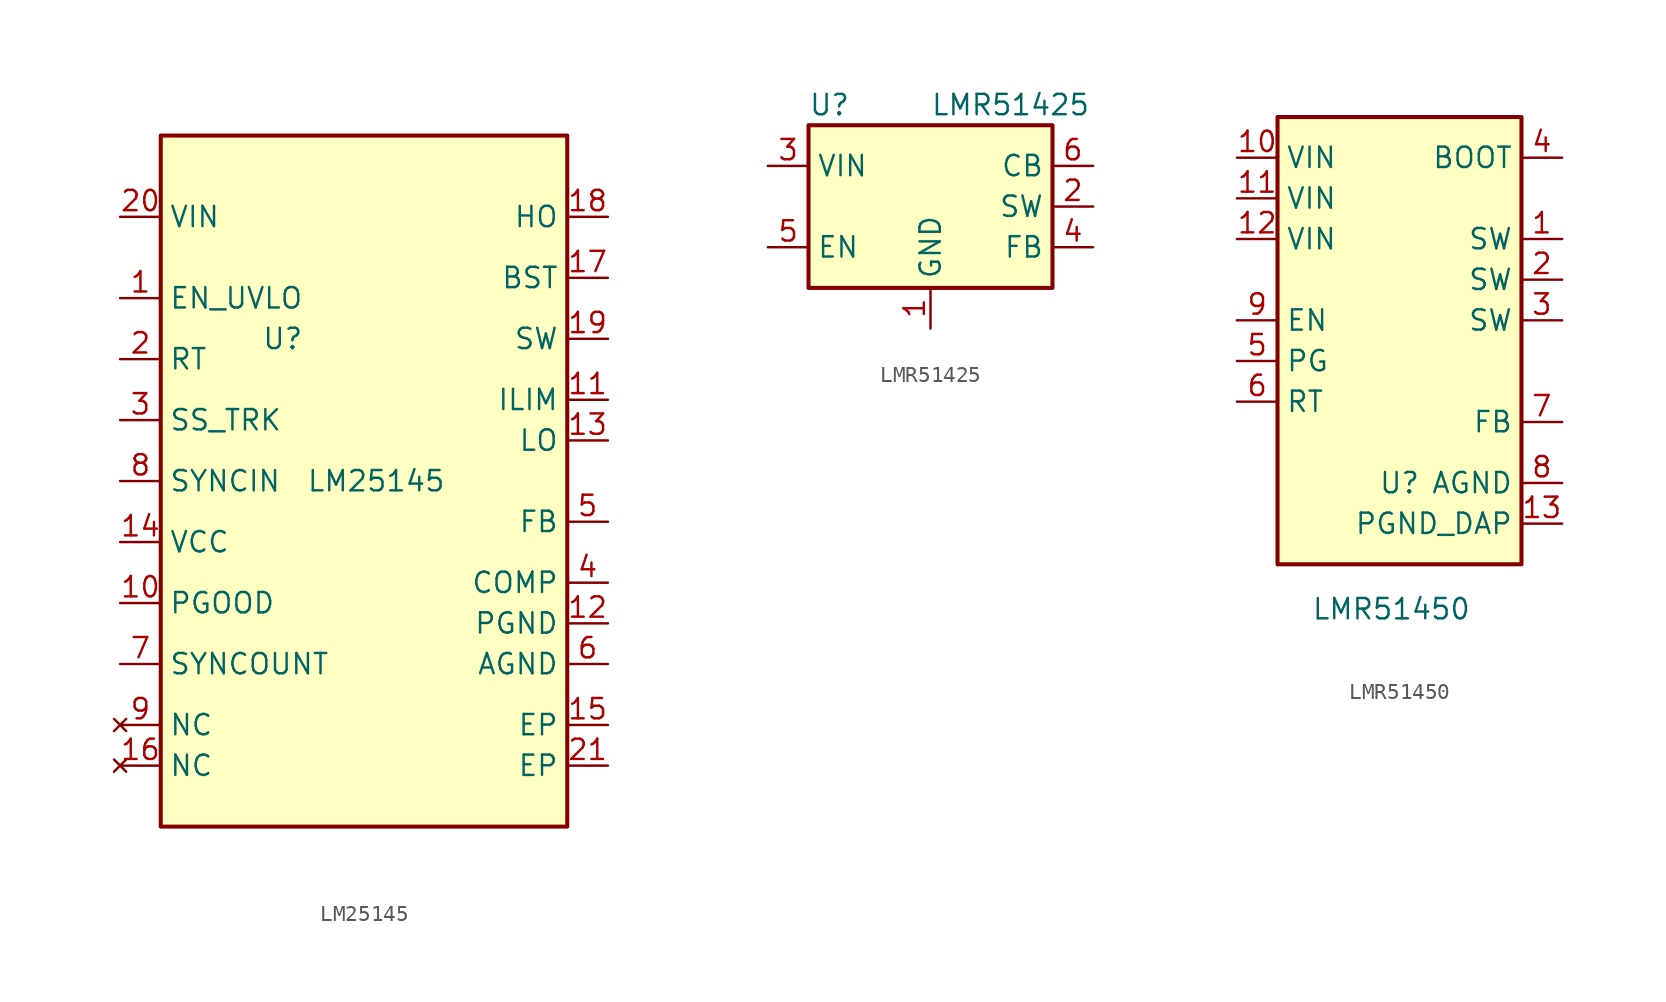
<source format=kicad_sym>
(kicad_symbol_lib
  (version 20241209)
  (generator "kicad_symbol_editor")
  (generator_version "9.0")
  (symbol "LM25145"
    (property "Reference" "U"
      (at 0 0 0)
      (effects (font (size 1.27 1.27))))
    (property "Value" "LM25145"
      (at 5.842 -8.89 0)
      (effects (font (size 1.27 1.27))))
    (symbol "LM25145_0_1"
      (rectangle (start -7.62 12.7) (end 17.78 -30.48) (stroke (width 0.254) (type default)) (fill (type background))))
    (symbol "LM25145_1_1"
      (pin unspecified line (at -10.16 7.62 0) (length 2.54) (name "VIN" (effects (font (size 1.27 1.27)))) (number "20" (effects (font (size 1.27 1.27)))))
      (pin unspecified line (at -10.16 2.54 0) (length 2.54) (name "EN_UVLO" (effects (font (size 1.27 1.27)))) (number "1" (effects (font (size 1.27 1.27)))))
      (pin unspecified line (at -10.16 -1.27 0) (length 2.54) (name "RT" (effects (font (size 1.27 1.27)))) (number "2" (effects (font (size 1.27 1.27)))))
      (pin unspecified line (at -10.16 -5.08 0) (length 2.54) (name "SS_TRK" (effects (font (size 1.27 1.27)))) (number "3" (effects (font (size 1.27 1.27)))))
      (pin unspecified line (at -10.16 -8.89 0) (length 2.54) (name "SYNCIN" (effects (font (size 1.27 1.27)))) (number "8" (effects (font (size 1.27 1.27)))))
      (pin unspecified line (at -10.16 -12.7 0) (length 2.54) (name "VCC" (effects (font (size 1.27 1.27)))) (number "14" (effects (font (size 1.27 1.27)))))
      (pin unspecified line (at -10.16 -16.51 0) (length 2.54) (name "PGOOD" (effects (font (size 1.27 1.27)))) (number "10" (effects (font (size 1.27 1.27)))))
      (pin unspecified line (at -10.16 -20.32 0) (length 2.54) (name "SYNCOUNT" (effects (font (size 1.27 1.27)))) (number "7" (effects (font (size 1.27 1.27)))))
      (pin no_connect line (at -10.16 -24.13 0) (length 2.54) (name "NC" (effects (font (size 1.27 1.27)))) (number "9" (effects (font (size 1.27 1.27)))))
      (pin no_connect line (at -10.16 -26.67 0) (length 2.54) (name "NC" (effects (font (size 1.27 1.27)))) (number "16" (effects (font (size 1.27 1.27)))))
      (pin unspecified line (at 20.32 7.62 180) (length 2.54) (name "HO" (effects (font (size 1.27 1.27)))) (number "18" (effects (font (size 1.27 1.27)))))
      (pin unspecified line (at 20.32 3.81 180) (length 2.54) (name "BST" (effects (font (size 1.27 1.27)))) (number "17" (effects (font (size 1.27 1.27)))))
      (pin unspecified line (at 20.32 0 180) (length 2.54) (name "SW" (effects (font (size 1.27 1.27)))) (number "19" (effects (font (size 1.27 1.27)))))
      (pin unspecified line (at 20.32 -3.81 180) (length 2.54) (name "ILIM" (effects (font (size 1.27 1.27)))) (number "11" (effects (font (size 1.27 1.27)))))
      (pin unspecified line (at 20.32 -6.35 180) (length 2.54) (name "LO" (effects (font (size 1.27 1.27)))) (number "13" (effects (font (size 1.27 1.27)))))
      (pin unspecified line (at 20.32 -11.43 180) (length 2.54) (name "FB" (effects (font (size 1.27 1.27)))) (number "5" (effects (font (size 1.27 1.27)))))
      (pin unspecified line (at 20.32 -15.24 180) (length 2.54) (name "COMP" (effects (font (size 1.27 1.27)))) (number "4" (effects (font (size 1.27 1.27)))))
      (pin unspecified line (at 20.32 -17.78 180) (length 2.54) (name "PGND" (effects (font (size 1.27 1.27)))) (number "12" (effects (font (size 1.27 1.27)))))
      (pin unspecified line (at 20.32 -20.32 180) (length 2.54) (name "AGND" (effects (font (size 1.27 1.27)))) (number "6" (effects (font (size 1.27 1.27)))))
      (pin unspecified line (at 20.32 -24.13 180) (length 2.54) (name "EP" (effects (font (size 1.27 1.27)))) (number "15" (effects (font (size 1.27 1.27)))))
      (pin unspecified line (at 20.32 -26.67 180) (length 2.54) (name "EP" (effects (font (size 1.27 1.27)))) (number "21" (effects (font (size 1.27 1.27)))))))
  (symbol "LMR51425"
    (property "Reference" "U"
      (at -7.62 6.35 0)
      (effects (font (size 1.27 1.27)) (justify left)))
    (property "Value" "LMR51425"
      (at 0 6.35 0)
      (effects (font (size 1.27 1.27)) (justify left)))
    (symbol "LMR51425_0_1"
      (rectangle (start -7.62 5.08) (end 7.62 -5.08) (stroke (width 0.254) (type default)) (fill (type background))))
    (symbol "LMR51425_1_1"
      (pin power_in line (at -10.16 2.54 0) (length 2.54) (name "VIN" (effects (font (size 1.27 1.27)))) (number "3" (effects (font (size 1.27 1.27)))))
      (pin input line (at -10.16 -2.54 0) (length 2.54) (name "EN" (effects (font (size 1.27 1.27)))) (number "5" (effects (font (size 1.27 1.27)))))
      (pin power_in line (at 0 -7.62 90) (length 2.54) (name "GND" (effects (font (size 1.27 1.27)))) (number "1" (effects (font (size 1.27 1.27)))))
      (pin passive line (at 10.16 2.54 180) (length 2.54) (name "CB" (effects (font (size 1.27 1.27)))) (number "6" (effects (font (size 1.27 1.27)))))
      (pin power_out line (at 10.16 0 180) (length 2.54) (name "SW" (effects (font (size 1.27 1.27)))) (number "2" (effects (font (size 1.27 1.27)))))
      (pin input line (at 10.16 -2.54 180) (length 2.54) (name "FB" (effects (font (size 1.27 1.27)))) (number "4" (effects (font (size 1.27 1.27)))))))
  (symbol "LMR51450"
    (property "Reference" "U"
      (at 0 0 0)
      (effects (font (size 1.27 1.27))))
    (property "Value" "LMR51450"
      (at -0.508 -7.874 0)
      (effects (font (size 1.27 1.27))))
    (symbol "LMR51450_0_1"
      (rectangle (start -7.62 22.86) (end 7.62 -5.08) (stroke (width 0.254) (type default)) (fill (type background))))
    (symbol "LMR51450_1_1"
      (pin power_in line (at -10.16 20.32 0) (length 2.54) (name "VIN" (effects (font (size 1.27 1.27)))) (number "10" (effects (font (size 1.27 1.27)))))
      (pin power_in line (at -10.16 17.78 0) (length 2.54) (name "VIN" (effects (font (size 1.27 1.27)))) (number "11" (effects (font (size 1.27 1.27)))))
      (pin power_in line (at -10.16 15.24 0) (length 2.54) (name "VIN" (effects (font (size 1.27 1.27)))) (number "12" (effects (font (size 1.27 1.27)))))
      (pin input line (at -10.16 10.16 0) (length 2.54) (name "EN" (effects (font (size 1.27 1.27)))) (number "9" (effects (font (size 1.27 1.27)))))
      (pin input line (at -10.16 7.62 0) (length 2.54) (name "PG" (effects (font (size 1.27 1.27)))) (number "5" (effects (font (size 1.27 1.27)))))
      (pin input line (at -10.16 5.08 0) (length 2.54) (name "RT" (effects (font (size 1.27 1.27)))) (number "6" (effects (font (size 1.27 1.27)))))
      (pin input line (at 10.16 20.32 180) (length 2.54) (name "BOOT" (effects (font (size 1.27 1.27)))) (number "4" (effects (font (size 1.27 1.27)))))
      (pin input line (at 10.16 15.24 180) (length 2.54) (name "SW" (effects (font (size 1.27 1.27)))) (number "1" (effects (font (size 1.27 1.27)))))
      (pin input line (at 10.16 12.7 180) (length 2.54) (name "SW" (effects (font (size 1.27 1.27)))) (number "2" (effects (font (size 1.27 1.27)))))
      (pin input line (at 10.16 10.16 180) (length 2.54) (name "SW" (effects (font (size 1.27 1.27)))) (number "3" (effects (font (size 1.27 1.27)))))
      (pin input line (at 10.16 3.81 180) (length 2.54) (name "FB" (effects (font (size 1.27 1.27)))) (number "7" (effects (font (size 1.27 1.27)))))
      (pin power_out line (at 10.16 0 180) (length 2.54) (name "AGND" (effects (font (size 1.27 1.27)))) (number "8" (effects (font (size 1.27 1.27)))))
      (pin power_in line (at 10.16 -2.54 180) (length 2.54) (name "PGND_DAP" (effects (font (size 1.27 1.27)))) (number "13" (effects (font (size 1.27 1.27))))))))
</source>
